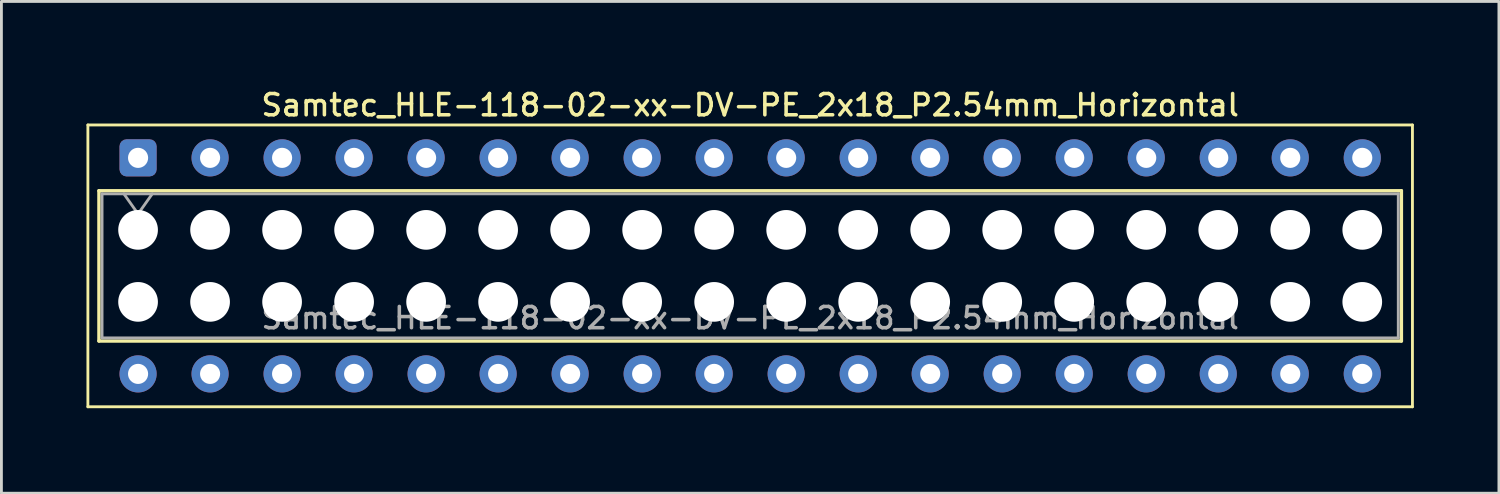
<source format=kicad_pcb>
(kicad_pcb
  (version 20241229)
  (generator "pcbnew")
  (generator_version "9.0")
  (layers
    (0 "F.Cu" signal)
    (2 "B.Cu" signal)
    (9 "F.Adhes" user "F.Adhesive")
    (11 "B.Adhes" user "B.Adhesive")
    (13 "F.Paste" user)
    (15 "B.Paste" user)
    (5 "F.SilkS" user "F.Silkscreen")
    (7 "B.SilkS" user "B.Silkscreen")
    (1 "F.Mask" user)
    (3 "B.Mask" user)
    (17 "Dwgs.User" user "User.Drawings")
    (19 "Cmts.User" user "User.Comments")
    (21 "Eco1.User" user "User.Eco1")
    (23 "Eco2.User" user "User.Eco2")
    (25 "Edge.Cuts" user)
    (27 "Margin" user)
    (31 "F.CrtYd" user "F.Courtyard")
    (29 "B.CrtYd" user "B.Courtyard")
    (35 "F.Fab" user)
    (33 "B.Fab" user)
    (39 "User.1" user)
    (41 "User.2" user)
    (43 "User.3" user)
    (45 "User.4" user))
  (footprint "Samtec_HLE-118-02-xx-DV-PE_2x18_P2.54mm_Horizontal"
    (layer "F.Cu")
    (at 1.82 2.518)
    (property "Reference" "Samtec_HLE-118-02-xx-DV-PE_2x18_P2.54mm_Horizontal" (at 21.59 -1.86 0) (layer "F.SilkS") (effects (font (size 0.75 0.75) (thickness 0.125))))
    (attr through_hole)
    (fp_line (start -1.77 -1.16) (end 44.95 -1.16) (stroke (width 0.1) (type solid)) (layer "F.SilkS"))
    (fp_line (start -1.77 8.78) (end -1.77 -1.16) (stroke (width 0.1) (type solid)) (layer "F.SilkS"))
    (fp_line (start -1.38 1.16) (end 44.56 1.16) (stroke (width 0.12) (type solid)) (layer "F.SilkS"))
    (fp_line (start -1.38 6.46) (end -1.38 1.16) (stroke (width 0.12) (type solid)) (layer "F.SilkS"))
    (fp_line (start 44.56 1.16) (end 44.56 6.46) (stroke (width 0.12) (type solid)) (layer "F.SilkS"))
    (fp_line (start 44.56 6.46) (end -1.38 6.46) (stroke (width 0.12) (type solid)) (layer "F.SilkS"))
    (fp_line (start 44.95 -1.16) (end 44.95 8.78) (stroke (width 0.1) (type solid)) (layer "F.SilkS"))
    (fp_line (start 44.95 8.78) (end -1.77 8.78) (stroke (width 0.1) (type solid)) (layer "F.SilkS"))
    (fp_line (start -1.27 1.27) (end 44.45 1.27) (stroke (width 0.1) (type solid)) (layer "F.Fab"))
    (fp_line (start -1.27 6.35) (end -1.27 1.27) (stroke (width 0.1) (type solid)) (layer "F.Fab"))
    (fp_line (start -0.5 1.27) (end 0 1.977) (stroke (width 0.1) (type solid)) (layer "F.Fab"))
    (fp_line (start 0 1.977) (end 0.5 1.27) (stroke (width 0.1) (type solid)) (layer "F.Fab"))
    (fp_line (start 44.45 1.27) (end 44.45 6.35) (stroke (width 0.1) (type solid)) (layer "F.Fab"))
    (fp_line (start 44.45 6.35) (end -1.27 6.35) (stroke (width 0.1) (type solid)) (layer "F.Fab"))
    (fp_text user "${REFERENCE}" (at 21.59 5.65 0) (layer "F.Fab") (effects (font (size 0.75 0.75) (thickness 0.125))))
    (pad "" np_thru_hole circle (at 0 2.54) (size 1.4 1.4) (drill 1.4) (layers "*.Cu" "*.Mask"))
    (pad "" np_thru_hole circle (at 0 5.08) (size 1.4 1.4) (drill 1.4) (layers "*.Cu" "*.Mask"))
    (pad "" np_thru_hole circle (at 2.54 2.54) (size 1.4 1.4) (drill 1.4) (layers "*.Cu" "*.Mask"))
    (pad "" np_thru_hole circle (at 2.54 5.08) (size 1.4 1.4) (drill 1.4) (layers "*.Cu" "*.Mask"))
    (pad "" np_thru_hole circle (at 5.08 2.54) (size 1.4 1.4) (drill 1.4) (layers "*.Cu" "*.Mask"))
    (pad "" np_thru_hole circle (at 5.08 5.08) (size 1.4 1.4) (drill 1.4) (layers "*.Cu" "*.Mask"))
    (pad "" np_thru_hole circle (at 7.62 2.54) (size 1.4 1.4) (drill 1.4) (layers "*.Cu" "*.Mask"))
    (pad "" np_thru_hole circle (at 7.62 5.08) (size 1.4 1.4) (drill 1.4) (layers "*.Cu" "*.Mask"))
    (pad "" np_thru_hole circle (at 10.16 2.54) (size 1.4 1.4) (drill 1.4) (layers "*.Cu" "*.Mask"))
    (pad "" np_thru_hole circle (at 10.16 5.08) (size 1.4 1.4) (drill 1.4) (layers "*.Cu" "*.Mask"))
    (pad "" np_thru_hole circle (at 12.7 2.54) (size 1.4 1.4) (drill 1.4) (layers "*.Cu" "*.Mask"))
    (pad "" np_thru_hole circle (at 12.7 5.08) (size 1.4 1.4) (drill 1.4) (layers "*.Cu" "*.Mask"))
    (pad "" np_thru_hole circle (at 15.24 2.54) (size 1.4 1.4) (drill 1.4) (layers "*.Cu" "*.Mask"))
    (pad "" np_thru_hole circle (at 15.24 5.08) (size 1.4 1.4) (drill 1.4) (layers "*.Cu" "*.Mask"))
    (pad "" np_thru_hole circle (at 17.78 2.54) (size 1.4 1.4) (drill 1.4) (layers "*.Cu" "*.Mask"))
    (pad "" np_thru_hole circle (at 17.78 5.08) (size 1.4 1.4) (drill 1.4) (layers "*.Cu" "*.Mask"))
    (pad "" np_thru_hole circle (at 20.32 2.54) (size 1.4 1.4) (drill 1.4) (layers "*.Cu" "*.Mask"))
    (pad "" np_thru_hole circle (at 20.32 5.08) (size 1.4 1.4) (drill 1.4) (layers "*.Cu" "*.Mask"))
    (pad "" np_thru_hole circle (at 22.86 2.54) (size 1.4 1.4) (drill 1.4) (layers "*.Cu" "*.Mask"))
    (pad "" np_thru_hole circle (at 22.86 5.08) (size 1.4 1.4) (drill 1.4) (layers "*.Cu" "*.Mask"))
    (pad "" np_thru_hole circle (at 25.4 2.54) (size 1.4 1.4) (drill 1.4) (layers "*.Cu" "*.Mask"))
    (pad "" np_thru_hole circle (at 25.4 5.08) (size 1.4 1.4) (drill 1.4) (layers "*.Cu" "*.Mask"))
    (pad "" np_thru_hole circle (at 27.94 2.54) (size 1.4 1.4) (drill 1.4) (layers "*.Cu" "*.Mask"))
    (pad "" np_thru_hole circle (at 27.94 5.08) (size 1.4 1.4) (drill 1.4) (layers "*.Cu" "*.Mask"))
    (pad "" np_thru_hole circle (at 30.48 2.54) (size 1.4 1.4) (drill 1.4) (layers "*.Cu" "*.Mask"))
    (pad "" np_thru_hole circle (at 30.48 5.08) (size 1.4 1.4) (drill 1.4) (layers "*.Cu" "*.Mask"))
    (pad "" np_thru_hole circle (at 33.02 2.54) (size 1.4 1.4) (drill 1.4) (layers "*.Cu" "*.Mask"))
    (pad "" np_thru_hole circle (at 33.02 5.08) (size 1.4 1.4) (drill 1.4) (layers "*.Cu" "*.Mask"))
    (pad "" np_thru_hole circle (at 35.56 2.54) (size 1.4 1.4) (drill 1.4) (layers "*.Cu" "*.Mask"))
    (pad "" np_thru_hole circle (at 35.56 5.08) (size 1.4 1.4) (drill 1.4) (layers "*.Cu" "*.Mask"))
    (pad "" np_thru_hole circle (at 38.1 2.54) (size 1.4 1.4) (drill 1.4) (layers "*.Cu" "*.Mask"))
    (pad "" np_thru_hole circle (at 38.1 5.08) (size 1.4 1.4) (drill 1.4) (layers "*.Cu" "*.Mask"))
    (pad "" np_thru_hole circle (at 40.64 2.54) (size 1.4 1.4) (drill 1.4) (layers "*.Cu" "*.Mask"))
    (pad "" np_thru_hole circle (at 40.64 5.08) (size 1.4 1.4) (drill 1.4) (layers "*.Cu" "*.Mask"))
    (pad "" np_thru_hole circle (at 43.18 2.54) (size 1.4 1.4) (drill 1.4) (layers "*.Cu" "*.Mask"))
    (pad "" np_thru_hole circle (at 43.18 5.08) (size 1.4 1.4) (drill 1.4) (layers "*.Cu" "*.Mask"))
    (pad "1" thru_hole roundrect (at 0 0) (size 1.31 1.31) (drill 0.71) (layers "*.Cu" "*.Mask") (roundrect_rratio 0.191))
    (pad "2" thru_hole circle (at 0 7.62) (size 1.31 1.31) (drill 0.71) (layers "*.Cu" "*.Mask"))
    (pad "3" thru_hole circle (at 2.54 0) (size 1.31 1.31) (drill 0.71) (layers "*.Cu" "*.Mask"))
    (pad "4" thru_hole circle (at 2.54 7.62) (size 1.31 1.31) (drill 0.71) (layers "*.Cu" "*.Mask"))
    (pad "5" thru_hole circle (at 5.08 0) (size 1.31 1.31) (drill 0.71) (layers "*.Cu" "*.Mask"))
    (pad "6" thru_hole circle (at 5.08 7.62) (size 1.31 1.31) (drill 0.71) (layers "*.Cu" "*.Mask"))
    (pad "7" thru_hole circle (at 7.62 0) (size 1.31 1.31) (drill 0.71) (layers "*.Cu" "*.Mask"))
    (pad "8" thru_hole circle (at 7.62 7.62) (size 1.31 1.31) (drill 0.71) (layers "*.Cu" "*.Mask"))
    (pad "9" thru_hole circle (at 10.16 0) (size 1.31 1.31) (drill 0.71) (layers "*.Cu" "*.Mask"))
    (pad "10" thru_hole circle (at 10.16 7.62) (size 1.31 1.31) (drill 0.71) (layers "*.Cu" "*.Mask"))
    (pad "11" thru_hole circle (at 12.7 0) (size 1.31 1.31) (drill 0.71) (layers "*.Cu" "*.Mask"))
    (pad "12" thru_hole circle (at 12.7 7.62) (size 1.31 1.31) (drill 0.71) (layers "*.Cu" "*.Mask"))
    (pad "13" thru_hole circle (at 15.24 0) (size 1.31 1.31) (drill 0.71) (layers "*.Cu" "*.Mask"))
    (pad "14" thru_hole circle (at 15.24 7.62) (size 1.31 1.31) (drill 0.71) (layers "*.Cu" "*.Mask"))
    (pad "15" thru_hole circle (at 17.78 0) (size 1.31 1.31) (drill 0.71) (layers "*.Cu" "*.Mask"))
    (pad "16" thru_hole circle (at 17.78 7.62) (size 1.31 1.31) (drill 0.71) (layers "*.Cu" "*.Mask"))
    (pad "17" thru_hole circle (at 20.32 0) (size 1.31 1.31) (drill 0.71) (layers "*.Cu" "*.Mask"))
    (pad "18" thru_hole circle (at 20.32 7.62) (size 1.31 1.31) (drill 0.71) (layers "*.Cu" "*.Mask"))
    (pad "19" thru_hole circle (at 22.86 0) (size 1.31 1.31) (drill 0.71) (layers "*.Cu" "*.Mask"))
    (pad "20" thru_hole circle (at 22.86 7.62) (size 1.31 1.31) (drill 0.71) (layers "*.Cu" "*.Mask"))
    (pad "21" thru_hole circle (at 25.4 0) (size 1.31 1.31) (drill 0.71) (layers "*.Cu" "*.Mask"))
    (pad "22" thru_hole circle (at 25.4 7.62) (size 1.31 1.31) (drill 0.71) (layers "*.Cu" "*.Mask"))
    (pad "23" thru_hole circle (at 27.94 0) (size 1.31 1.31) (drill 0.71) (layers "*.Cu" "*.Mask"))
    (pad "24" thru_hole circle (at 27.94 7.62) (size 1.31 1.31) (drill 0.71) (layers "*.Cu" "*.Mask"))
    (pad "25" thru_hole circle (at 30.48 0) (size 1.31 1.31) (drill 0.71) (layers "*.Cu" "*.Mask"))
    (pad "26" thru_hole circle (at 30.48 7.62) (size 1.31 1.31) (drill 0.71) (layers "*.Cu" "*.Mask"))
    (pad "27" thru_hole circle (at 33.02 0) (size 1.31 1.31) (drill 0.71) (layers "*.Cu" "*.Mask"))
    (pad "28" thru_hole circle (at 33.02 7.62) (size 1.31 1.31) (drill 0.71) (layers "*.Cu" "*.Mask"))
    (pad "29" thru_hole circle (at 35.56 0) (size 1.31 1.31) (drill 0.71) (layers "*.Cu" "*.Mask"))
    (pad "30" thru_hole circle (at 35.56 7.62) (size 1.31 1.31) (drill 0.71) (layers "*.Cu" "*.Mask"))
    (pad "31" thru_hole circle (at 38.1 0) (size 1.31 1.31) (drill 0.71) (layers "*.Cu" "*.Mask"))
    (pad "32" thru_hole circle (at 38.1 7.62) (size 1.31 1.31) (drill 0.71) (layers "*.Cu" "*.Mask"))
    (pad "33" thru_hole circle (at 40.64 0) (size 1.31 1.31) (drill 0.71) (layers "*.Cu" "*.Mask"))
    (pad "34" thru_hole circle (at 40.64 7.62) (size 1.31 1.31) (drill 0.71) (layers "*.Cu" "*.Mask"))
    (pad "35" thru_hole circle (at 43.18 0) (size 1.31 1.31) (drill 0.71) (layers "*.Cu" "*.Mask"))
    (pad "36" thru_hole circle (at 43.18 7.62) (size 1.31 1.31) (drill 0.71) (layers "*.Cu" "*.Mask")))
  (gr_rect
    (start -3 -3)
    (end 49.82 14.348)
    (stroke (width 0.1) (type default))
    (fill no)
    (layer "Edge.Cuts")))
</source>
